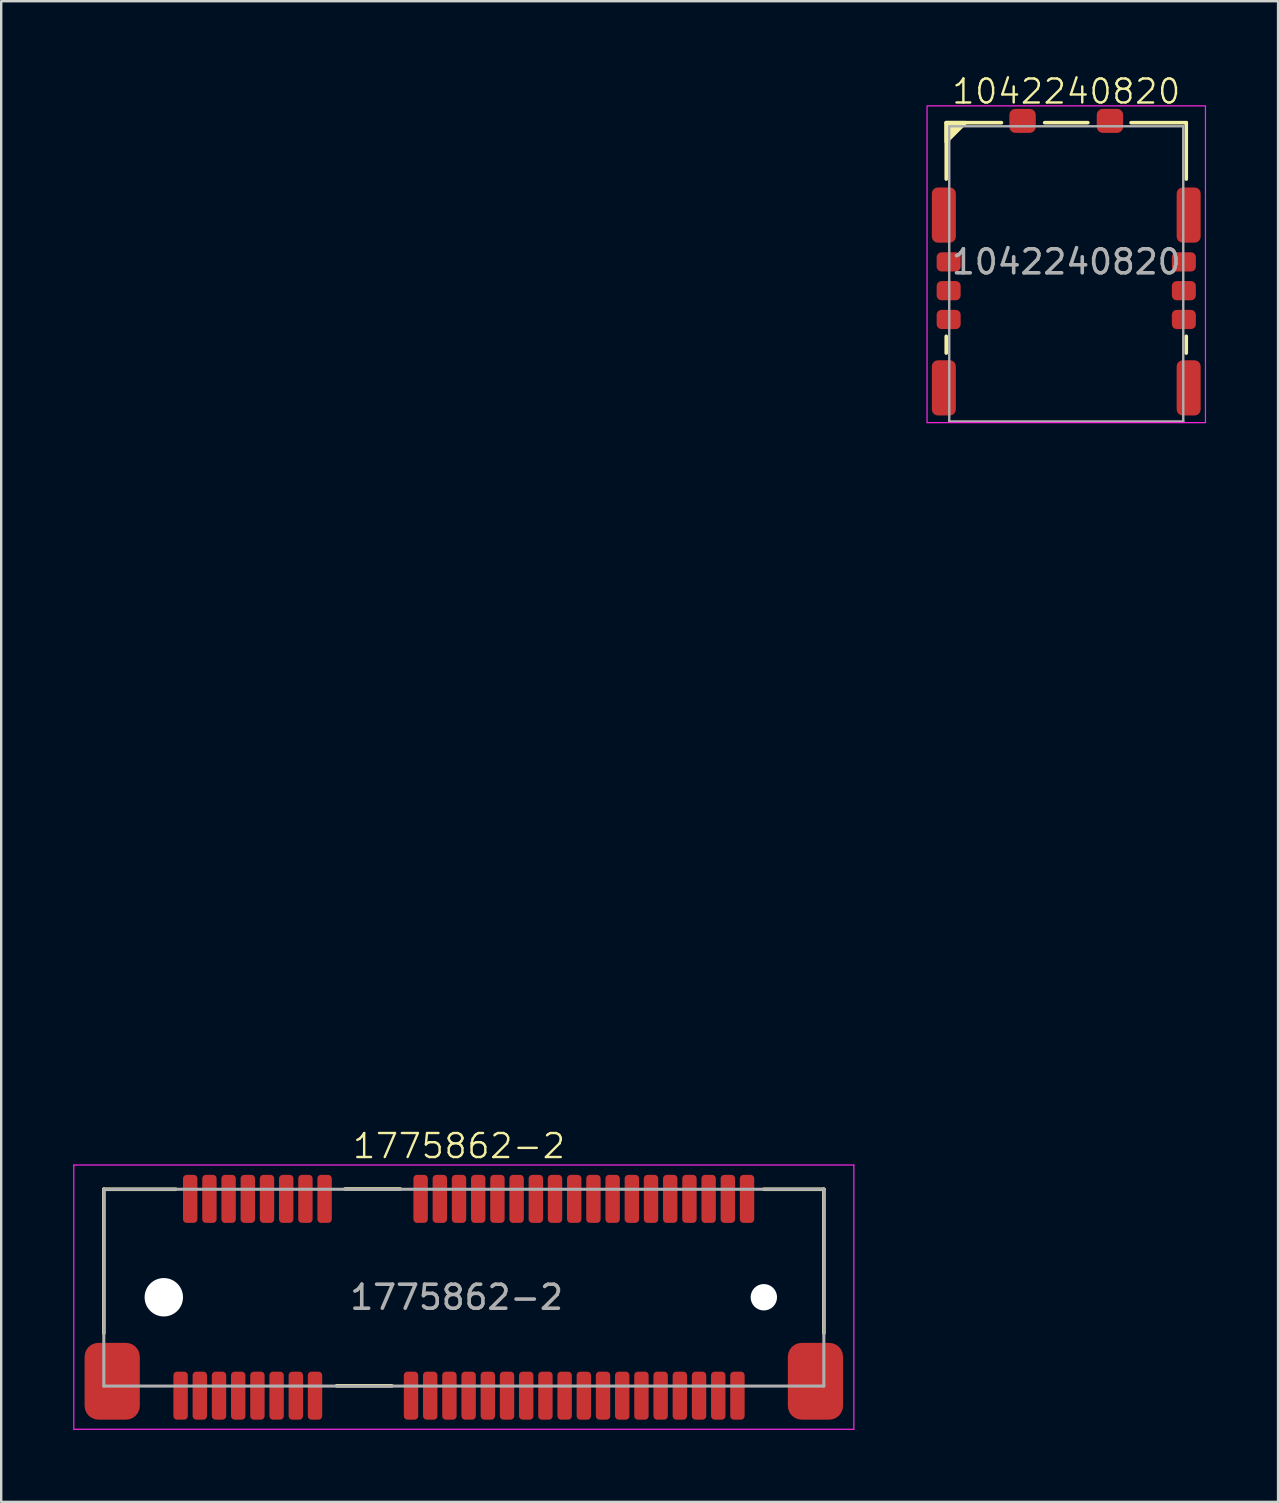
<source format=kicad_pcb>
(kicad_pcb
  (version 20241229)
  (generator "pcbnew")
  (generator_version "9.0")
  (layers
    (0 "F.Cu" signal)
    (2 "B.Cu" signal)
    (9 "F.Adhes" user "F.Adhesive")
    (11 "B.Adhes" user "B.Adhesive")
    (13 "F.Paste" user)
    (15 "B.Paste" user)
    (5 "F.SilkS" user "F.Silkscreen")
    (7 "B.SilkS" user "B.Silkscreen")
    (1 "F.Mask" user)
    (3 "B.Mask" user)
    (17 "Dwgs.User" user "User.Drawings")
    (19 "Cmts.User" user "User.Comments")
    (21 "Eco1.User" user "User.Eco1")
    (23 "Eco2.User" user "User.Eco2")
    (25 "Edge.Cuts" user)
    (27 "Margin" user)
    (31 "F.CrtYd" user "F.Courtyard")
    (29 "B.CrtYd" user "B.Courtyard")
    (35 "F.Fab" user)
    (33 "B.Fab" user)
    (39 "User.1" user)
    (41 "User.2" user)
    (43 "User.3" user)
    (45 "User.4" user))
  (footprint "1775862-2"
    (layer "F.Cu")
    (at 16.275 51)
    (property "Reference" "1775862-2" (at -0.2 -6.3 0) (unlocked yes) (layer "F.SilkS") (effects (font (size 1 1) (thickness 0.1))))
    (attr smd)
    (fp_line (start -15 -4.5) (end -15 1.5) (stroke (width 0.15) (type solid)) (layer "F.SilkS"))
    (fp_line (start -12 -4.5) (end -15 -4.5) (stroke (width 0.15) (type solid)) (layer "F.SilkS"))
    (fp_line (start -3 3.69) (end -5.3 3.69) (stroke (width 0.15) (type solid)) (layer "F.SilkS"))
    (fp_line (start -2.65 -4.51) (end -4.95 -4.51) (stroke (width 0.15) (type solid)) (layer "F.SilkS"))
    (fp_line (start 15 -4.5) (end 12.5 -4.5) (stroke (width 0.15) (type solid)) (layer "F.SilkS"))
    (fp_line (start 15 1.5) (end 15 -4.5) (stroke (width 0.15) (type solid)) (layer "F.SilkS"))
    (fp_line (start -16.25 -5.51) (end 16.25 -5.51) (stroke (width 0.05) (type solid)) (layer "F.CrtYd"))
    (fp_line (start -16.25 5.5) (end -16.25 -5.51) (stroke (width 0.05) (type solid)) (layer "F.CrtYd"))
    (fp_line (start 16.25 -5.51) (end 16.25 5.5) (stroke (width 0.05) (type solid)) (layer "F.CrtYd"))
    (fp_line (start 16.25 5.5) (end -16.25 5.5) (stroke (width 0.05) (type solid)) (layer "F.CrtYd"))
    (fp_line (start -15 -4.5) (end 15 -4.5) (stroke (width 0.127) (type solid)) (layer "F.Fab"))
    (fp_line (start -15 3.7) (end -15 -4.5) (stroke (width 0.127) (type solid)) (layer "F.Fab"))
    (fp_line (start 15 -4.5) (end 15 3.7) (stroke (width 0.127) (type solid)) (layer "F.Fab"))
    (fp_line (start 15 3.7) (end -15 3.7) (stroke (width 0.127) (type solid)) (layer "F.Fab"))
    (fp_line (start -15 -3.35) (end -15 -50.95) (stroke (width 0.1) (type default)) (layer "User.1"))
    (fp_line (start -10.1 -26.95) (end -9.2 -26.95) (stroke (width 0.1) (type default)) (layer "User.1"))
    (fp_line (start 14.1 -26.95) (end 15 -26.95) (stroke (width 0.1) (type default)) (layer "User.1"))
    (fp_line (start 15 -50.95) (end -15 -50.95) (stroke (width 0.1) (type default)) (layer "User.1"))
    (fp_line (start 15 -26.95) (end -15 -26.95) (stroke (width 0.1) (type default)) (layer "User.1"))
    (fp_line (start 15 -3.35) (end 15 -50.95) (stroke (width 0.1) (type default)) (layer "User.1"))
    (fp_circle (center -12.1 -48.05) (end -10.8 -48.05) (stroke (width 0.1) (type default)) (fill no) (layer "User.1"))
    (fp_circle (center -12.1 -24.05) (end -12.1 -22.75) (stroke (width 0.1) (type default)) (fill no) (layer "User.1"))
    (fp_circle (center 12.1 -48.05) (end 13.4 -48.05) (stroke (width 0.1) (type default)) (fill no) (layer "User.1"))
    (fp_circle (center 12.1 -24.05) (end 12.1 -22.75) (stroke (width 0.1) (type default)) (fill no) (layer "User.1"))
    (fp_text user "${REFERENCE}" (at -0.3 0 0) (unlocked yes) (layer "F.Fab") (effects (font (size 1 1) (thickness 0.15))))
    (pad "" np_thru_hole circle (at -12.5 0) (size 1.6 1.6) (drill 1.6) (layers "*.Cu" "*.Mask"))
    (pad "" np_thru_hole circle (at 12.5 0) (size 1.1 1.1) (drill 1.1) (layers "*.Cu" "*.Mask"))
    (pad "1" smd roundrect (at -11.8 4.1) (size 0.6 2) (layers "F.Cu" "F.Mask" "F.Paste") (roundrect_rratio 0.25))
    (pad "2" smd roundrect (at -11.4 -4.1) (size 0.6 2) (layers "F.Cu" "F.Mask" "F.Paste") (roundrect_rratio 0.25))
    (pad "3" smd roundrect (at -11 4.1) (size 0.6 2) (layers "F.Cu" "F.Mask" "F.Paste") (roundrect_rratio 0.25))
    (pad "4" smd roundrect (at -10.6 -4.1) (size 0.6 2) (layers "F.Cu" "F.Mask" "F.Paste") (roundrect_rratio 0.25))
    (pad "5" smd roundrect (at -10.2 4.1) (size 0.6 2) (layers "F.Cu" "F.Mask" "F.Paste") (roundrect_rratio 0.25))
    (pad "6" smd roundrect (at -9.8 -4.1) (size 0.6 2) (layers "F.Cu" "F.Mask" "F.Paste") (roundrect_rratio 0.25))
    (pad "7" smd roundrect (at -9.4 4.1) (size 0.6 2) (layers "F.Cu" "F.Mask" "F.Paste") (roundrect_rratio 0.25))
    (pad "8" smd roundrect (at -9 -4.1) (size 0.6 2) (layers "F.Cu" "F.Mask" "F.Paste") (roundrect_rratio 0.25))
    (pad "9" smd roundrect (at -8.6 4.1) (size 0.6 2) (layers "F.Cu" "F.Mask" "F.Paste") (roundrect_rratio 0.25))
    (pad "10" smd roundrect (at -8.2 -4.1) (size 0.6 2) (layers "F.Cu" "F.Mask" "F.Paste") (roundrect_rratio 0.25))
    (pad "11" smd roundrect (at -7.8 4.1) (size 0.6 2) (layers "F.Cu" "F.Mask" "F.Paste") (roundrect_rratio 0.25))
    (pad "12" smd roundrect (at -7.4 -4.1) (size 0.6 2) (layers "F.Cu" "F.Mask" "F.Paste") (roundrect_rratio 0.25))
    (pad "13" smd roundrect (at -7 4.1) (size 0.6 2) (layers "F.Cu" "F.Mask" "F.Paste") (roundrect_rratio 0.25))
    (pad "14" smd roundrect (at -6.6 -4.1) (size 0.6 2) (layers "F.Cu" "F.Mask" "F.Paste") (roundrect_rratio 0.25))
    (pad "15" smd roundrect (at -6.2 4.1) (size 0.6 2) (layers "F.Cu" "F.Mask" "F.Paste") (roundrect_rratio 0.25))
    (pad "16" smd roundrect (at -5.8 -4.1) (size 0.6 2) (layers "F.Cu" "F.Mask" "F.Paste") (roundrect_rratio 0.25))
    (pad "17" smd roundrect (at -2.2 4.1) (size 0.6 2) (layers "F.Cu" "F.Mask" "F.Paste") (roundrect_rratio 0.25))
    (pad "18" smd roundrect (at -1.8 -4.1) (size 0.6 2) (layers "F.Cu" "F.Mask" "F.Paste") (roundrect_rratio 0.25))
    (pad "19" smd roundrect (at -1.4 4.1) (size 0.6 2) (layers "F.Cu" "F.Mask" "F.Paste") (roundrect_rratio 0.25))
    (pad "20" smd roundrect (at -1 -4.1) (size 0.6 2) (layers "F.Cu" "F.Mask" "F.Paste") (roundrect_rratio 0.25))
    (pad "21" smd roundrect (at -0.6 4.1) (size 0.6 2) (layers "F.Cu" "F.Mask" "F.Paste") (roundrect_rratio 0.25))
    (pad "22" smd roundrect (at -0.2 -4.1) (size 0.6 2) (layers "F.Cu" "F.Mask" "F.Paste") (roundrect_rratio 0.25))
    (pad "23" smd roundrect (at 0.2 4.1) (size 0.6 2) (layers "F.Cu" "F.Mask" "F.Paste") (roundrect_rratio 0.25))
    (pad "24" smd roundrect (at 0.6 -4.1) (size 0.6 2) (layers "F.Cu" "F.Mask" "F.Paste") (roundrect_rratio 0.25))
    (pad "25" smd roundrect (at 1 4.1) (size 0.6 2) (layers "F.Cu" "F.Mask" "F.Paste") (roundrect_rratio 0.25))
    (pad "26" smd roundrect (at 1.4 -4.1) (size 0.6 2) (layers "F.Cu" "F.Mask" "F.Paste") (roundrect_rratio 0.25))
    (pad "27" smd roundrect (at 1.8 4.1) (size 0.6 2) (layers "F.Cu" "F.Mask" "F.Paste") (roundrect_rratio 0.25))
    (pad "28" smd roundrect (at 2.2 -4.1) (size 0.6 2) (layers "F.Cu" "F.Mask" "F.Paste") (roundrect_rratio 0.25))
    (pad "29" smd roundrect (at 2.6 4.1) (size 0.6 2) (layers "F.Cu" "F.Mask" "F.Paste") (roundrect_rratio 0.25))
    (pad "30" smd roundrect (at 3 -4.1) (size 0.6 2) (layers "F.Cu" "F.Mask" "F.Paste") (roundrect_rratio 0.25))
    (pad "31" smd roundrect (at 3.4 4.1) (size 0.6 2) (layers "F.Cu" "F.Mask" "F.Paste") (roundrect_rratio 0.25))
    (pad "32" smd roundrect (at 3.8 -4.1) (size 0.6 2) (layers "F.Cu" "F.Mask" "F.Paste") (roundrect_rratio 0.25))
    (pad "33" smd roundrect (at 4.2 4.1) (size 0.6 2) (layers "F.Cu" "F.Mask" "F.Paste") (roundrect_rratio 0.25))
    (pad "34" smd roundrect (at 4.6 -4.1) (size 0.6 2) (layers "F.Cu" "F.Mask" "F.Paste") (roundrect_rratio 0.25))
    (pad "35" smd roundrect (at 5 4.1) (size 0.6 2) (layers "F.Cu" "F.Mask" "F.Paste") (roundrect_rratio 0.25))
    (pad "36" smd roundrect (at 5.4 -4.1) (size 0.6 2) (layers "F.Cu" "F.Mask" "F.Paste") (roundrect_rratio 0.25))
    (pad "37" smd roundrect (at 5.8 4.1) (size 0.6 2) (layers "F.Cu" "F.Mask" "F.Paste") (roundrect_rratio 0.25))
    (pad "38" smd roundrect (at 6.2 -4.1) (size 0.6 2) (layers "F.Cu" "F.Mask" "F.Paste") (roundrect_rratio 0.25))
    (pad "39" smd roundrect (at 6.6 4.1) (size 0.6 2) (layers "F.Cu" "F.Mask" "F.Paste") (roundrect_rratio 0.25))
    (pad "40" smd roundrect (at 7 -4.1) (size 0.6 2) (layers "F.Cu" "F.Mask" "F.Paste") (roundrect_rratio 0.25))
    (pad "41" smd roundrect (at 7.4 4.1) (size 0.6 2) (layers "F.Cu" "F.Mask" "F.Paste") (roundrect_rratio 0.25))
    (pad "42" smd roundrect (at 7.8 -4.1) (size 0.6 2) (layers "F.Cu" "F.Mask" "F.Paste") (roundrect_rratio 0.25))
    (pad "43" smd roundrect (at 8.2 4.1) (size 0.6 2) (layers "F.Cu" "F.Mask" "F.Paste") (roundrect_rratio 0.25))
    (pad "44" smd roundrect (at 8.6 -4.1) (size 0.6 2) (layers "F.Cu" "F.Mask" "F.Paste") (roundrect_rratio 0.25))
    (pad "45" smd roundrect (at 9 4.1) (size 0.6 2) (layers "F.Cu" "F.Mask" "F.Paste") (roundrect_rratio 0.25))
    (pad "46" smd roundrect (at 9.4 -4.1) (size 0.6 2) (layers "F.Cu" "F.Mask" "F.Paste") (roundrect_rratio 0.25))
    (pad "47" smd roundrect (at 9.8 4.1) (size 0.6 2) (layers "F.Cu" "F.Mask" "F.Paste") (roundrect_rratio 0.25))
    (pad "48" smd roundrect (at 10.2 -4.1) (size 0.6 2) (layers "F.Cu" "F.Mask" "F.Paste") (roundrect_rratio 0.25))
    (pad "49" smd roundrect (at 10.6 4.1) (size 0.6 2) (layers "F.Cu" "F.Mask" "F.Paste") (roundrect_rratio 0.25))
    (pad "50" smd roundrect (at 11 -4.1) (size 0.6 2) (layers "F.Cu" "F.Mask" "F.Paste") (roundrect_rratio 0.25))
    (pad "51" smd roundrect (at 11.4 4.1) (size 0.6 2) (layers "F.Cu" "F.Mask" "F.Paste") (roundrect_rratio 0.25))
    (pad "52" smd roundrect (at 11.8 -4.1) (size 0.6 2) (layers "F.Cu" "F.Mask" "F.Paste") (roundrect_rratio 0.25))
    (pad "S" smd roundrect (at -14.65 3.5) (size 2.3 3.2) (layers "F.Cu" "F.Mask" "F.Paste") (roundrect_rratio 0.25))
    (pad "S" smd roundrect (at 14.65 3.5) (size 2.3 3.2) (layers "F.Cu" "F.Mask" "F.Paste") (roundrect_rratio 0.25)))
  (footprint "1042240820"
    (layer "F.Cu")
    (at 41.375 7.861)
    (property "Reference" "1042240820" (at 0 -7.1 0) (unlocked yes) (layer "F.SilkS") (effects (font (size 1 1) (thickness 0.1))))
    (attr smd)
    (fp_line (start -5 -5.8) (end -2.7 -5.8) (stroke (width 0.15) (type default)) (layer "F.SilkS"))
    (fp_line (start -5 -3.45) (end -5 -5.8) (stroke (width 0.15) (type default)) (layer "F.SilkS"))
    (fp_line (start -5 3.8) (end -5 3.1) (stroke (width 0.15) (type default)) (layer "F.SilkS"))
    (fp_line (start -0.9 -5.8) (end 0.9 -5.8) (stroke (width 0.15) (type default)) (layer "F.SilkS"))
    (fp_line (start 5 -5.8) (end 2.7 -5.8) (stroke (width 0.15) (type default)) (layer "F.SilkS"))
    (fp_line (start 5 -3.45) (end 5 -5.8) (stroke (width 0.15) (type default)) (layer "F.SilkS"))
    (fp_line (start 5 3.8) (end 5 3.1) (stroke (width 0.15) (type default)) (layer "F.SilkS"))
    (fp_poly (pts (xy -5 -5.8) (xy -5 -5) (xy -4.2 -5.8)) (stroke (width 0.15) (type solid)) (fill yes) (layer "F.SilkS"))
    (fp_rect (start -5.8 -6.5) (end 5.8 6.7) (stroke (width 0.05) (type default)) (fill no) (layer "F.CrtYd"))
    (fp_line (start -4.875 -5.65) (end -4.875 6.65) (stroke (width 0.1) (type default)) (layer "F.Fab"))
    (fp_line (start -4.875 -5.65) (end 4.875 -5.65) (stroke (width 0.1) (type default)) (layer "F.Fab"))
    (fp_line (start -4.875 6.65) (end 4.875 6.65) (stroke (width 0.1) (type default)) (layer "F.Fab"))
    (fp_line (start 4.875 -5.65) (end 4.875 6.65) (stroke (width 0.1) (type default)) (layer "F.Fab"))
    (fp_text user "${REFERENCE}" (at 0 0 0) (unlocked yes) (layer "F.Fab") (effects (font (size 1 1) (thickness 0.15))))
    (pad "C1" smd roundrect (at 4.9 2.4) (size 1 0.8) (layers "F.Cu" "F.Mask" "F.Paste") (roundrect_rratio 0.25))
    (pad "C2" smd roundrect (at 4.9 1.2) (size 1 0.8) (layers "F.Cu" "F.Mask" "F.Paste") (roundrect_rratio 0.25))
    (pad "C3" smd roundrect (at -4.9 2.4) (size 1 0.8) (layers "F.Cu" "F.Mask" "F.Paste") (roundrect_rratio 0.25))
    (pad "C5" smd roundrect (at 4.9 0) (size 1 0.8) (layers "F.Cu" "F.Mask" "F.Paste") (roundrect_rratio 0.25))
    (pad "C6" smd roundrect (at -4.9 1.2) (size 1 0.8) (layers "F.Cu" "F.Mask" "F.Paste") (roundrect_rratio 0.25))
    (pad "C7" smd roundrect (at -4.9 0) (size 1 0.8) (layers "F.Cu" "F.Mask" "F.Paste") (roundrect_rratio 0.25))
    (pad "S" smd roundrect (at -5.1 -1.95) (size 1 2.3) (layers "F.Cu" "F.Mask" "F.Paste") (roundrect_rratio 0.25))
    (pad "S" smd roundrect (at -5.1 5.25) (size 1 2.3) (layers "F.Cu" "F.Mask" "F.Paste") (roundrect_rratio 0.25))
    (pad "S" smd roundrect (at 5.1 -1.95) (size 1 2.3) (layers "F.Cu" "F.Mask" "F.Paste") (roundrect_rratio 0.25))
    (pad "S" smd roundrect (at 5.1 5.25) (size 1 2.3) (layers "F.Cu" "F.Mask" "F.Paste") (roundrect_rratio 0.25))
    (pad "X1" smd roundrect (at -1.82 -5.875) (size 1.1 1) (layers "F.Cu" "F.Mask" "F.Paste") (roundrect_rratio 0.25))
    (pad "X2" smd roundrect (at 1.82 -5.875) (size 1.1 1) (layers "F.Cu" "F.Mask" "F.Paste") (roundrect_rratio 0.25))
    (zone (net_name "") (layers "F.Cu" "User.1") (hatch edge 0.5) (connect_pads) (min_thickness 0.25) (filled_areas_thickness no) (keepout (tracks not_allowed) (vias not_allowed) (pads not_allowed) (copperpour not_allowed) (footprints allowed)) (placement (enabled no)) (fill) (polygon (pts (xy 39.435 3.841) (xy 39.435 6.74) (xy 38.235 6.74) (xy 38.235 3.841))))
    (zone (net_name "") (layers "F.Cu" "User.1") (hatch edge 0.5) (connect_pads) (min_thickness 0.25) (filled_areas_thickness no) (keepout (tracks not_allowed) (vias not_allowed) (pads not_allowed) (copperpour not_allowed) (footprints allowed)) (placement (enabled no)) (fill) (polygon (pts (xy 39.435 11.361) (xy 39.435 14.261) (xy 38.235 14.261) (xy 38.235 11.361))))
    (zone (net_name "") (layers "F.Cu" "User.1") (hatch edge 0.5) (connect_pads) (min_thickness 0.25) (filled_areas_thickness no) (keepout (tracks not_allowed) (vias not_allowed) (pads not_allowed) (copperpour not_allowed) (footprints allowed)) (placement (enabled no)) (fill) (polygon (pts (xy 40.775 3.841) (xy 41.975 3.841) (xy 41.975 6.74) (xy 40.775 6.74))))
    (zone (net_name "") (layers "F.Cu" "User.1") (hatch edge 0.5) (connect_pads) (min_thickness 0.25) (filled_areas_thickness no) (keepout (tracks not_allowed) (vias not_allowed) (pads not_allowed) (copperpour not_allowed) (footprints allowed)) (placement (enabled no)) (fill) (polygon (pts (xy 41.975 11.361) (xy 41.975 14.261) (xy 40.775 14.261) (xy 40.775 11.361))))
    (zone (net_name "") (layers "F.Cu" "User.1") (hatch edge 0.5) (connect_pads) (min_thickness 0.25) (filled_areas_thickness no) (keepout (tracks not_allowed) (vias not_allowed) (pads not_allowed) (copperpour not_allowed) (footprints allowed)) (placement (enabled no)) (fill) (polygon (pts (xy 44.515 3.841) (xy 43.315 3.841) (xy 43.315 6.74) (xy 44.515 6.74))))
    (zone (net_name "") (layers "F.Cu" "User.1") (hatch edge 0.5) (connect_pads) (min_thickness 0.25) (filled_areas_thickness no) (keepout (tracks not_allowed) (vias not_allowed) (pads not_allowed) (copperpour not_allowed) (footprints allowed)) (placement (enabled no)) (fill) (polygon (pts (xy 44.515 11.361) (xy 44.515 14.261) (xy 43.315 14.261) (xy 43.315 11.361)))))
  (gr_rect
    (start -3 -3)
    (end 50.2 59.525)
    (stroke (width 0.1) (type default))
    (fill no)
    (layer "Edge.Cuts")))
</source>
